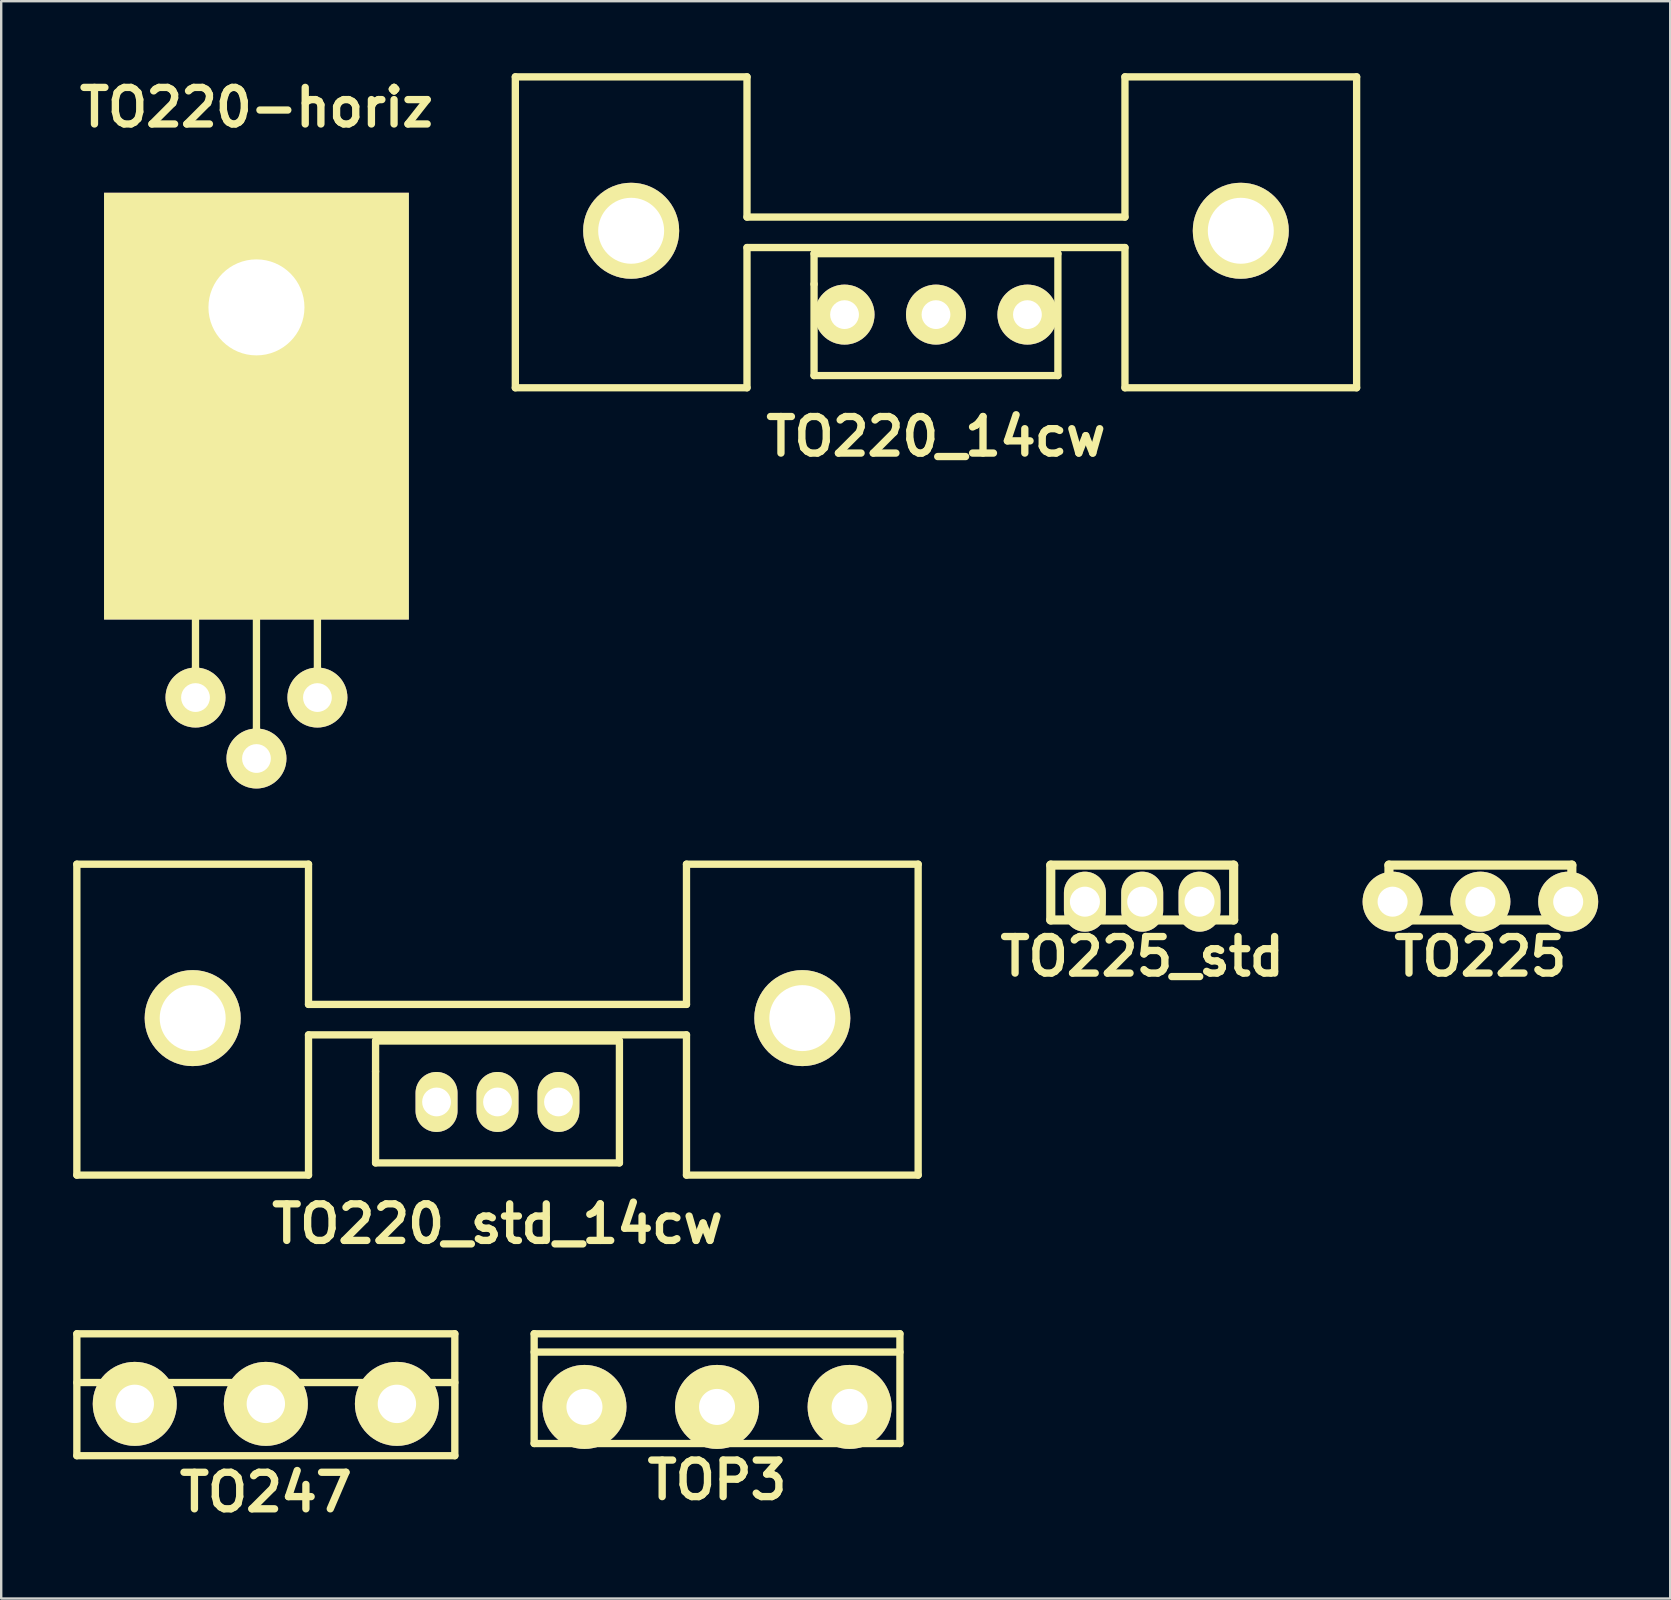
<source format=kicad_pcb>
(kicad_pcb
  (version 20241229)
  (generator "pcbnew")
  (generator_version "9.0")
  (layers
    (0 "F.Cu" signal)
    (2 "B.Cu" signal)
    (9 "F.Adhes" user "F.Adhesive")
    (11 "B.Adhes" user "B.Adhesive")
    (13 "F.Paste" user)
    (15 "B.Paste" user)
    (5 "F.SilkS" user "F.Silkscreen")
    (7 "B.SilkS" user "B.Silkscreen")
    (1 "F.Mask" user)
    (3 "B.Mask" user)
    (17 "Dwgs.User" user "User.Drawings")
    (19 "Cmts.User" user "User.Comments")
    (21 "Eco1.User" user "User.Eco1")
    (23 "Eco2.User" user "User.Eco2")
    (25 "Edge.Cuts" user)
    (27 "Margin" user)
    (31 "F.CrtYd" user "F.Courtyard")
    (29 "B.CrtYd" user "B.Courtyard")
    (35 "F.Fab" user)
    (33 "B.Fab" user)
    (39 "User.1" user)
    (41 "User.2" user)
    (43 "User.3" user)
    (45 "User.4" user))
  (footprint "TO220_14cw"
    (layer "F.Cu")
    (at 35.947 10.058)
    (property "Reference" "TO220_14cw" (at 0 5.08 0) (layer "F.SilkS") (effects (font (size 1.524 1.524) (thickness 0.305))))
    (attr through_hole)
    (fp_line (start -17.526 -9.906) (end -17.526 3.048) (stroke (width 0.305) (type solid)) (layer "F.SilkS"))
    (fp_line (start -17.526 3.048) (end -7.874 3.048) (stroke (width 0.305) (type solid)) (layer "F.SilkS"))
    (fp_line (start -7.874 -9.906) (end -17.526 -9.906) (stroke (width 0.305) (type solid)) (layer "F.SilkS"))
    (fp_line (start -7.874 -9.906) (end -7.874 -4.064) (stroke (width 0.305) (type solid)) (layer "F.SilkS"))
    (fp_line (start -7.874 -2.794) (end -7.874 3.048) (stroke (width 0.305) (type solid)) (layer "F.SilkS"))
    (fp_line (start -7.874 -2.794) (end 7.874 -2.794) (stroke (width 0.305) (type solid)) (layer "F.SilkS"))
    (fp_line (start -5.08 -2.54) (end -5.08 -1.27) (stroke (width 0.305) (type solid)) (layer "F.SilkS"))
    (fp_line (start -5.08 -1.27) (end -5.08 2.54) (stroke (width 0.305) (type solid)) (layer "F.SilkS"))
    (fp_line (start -5.08 2.54) (end 5.08 2.54) (stroke (width 0.305) (type solid)) (layer "F.SilkS"))
    (fp_line (start 5.08 -2.54) (end -5.08 -2.54) (stroke (width 0.305) (type solid)) (layer "F.SilkS"))
    (fp_line (start 5.08 2.54) (end 5.08 -2.54) (stroke (width 0.305) (type solid)) (layer "F.SilkS"))
    (fp_line (start 7.874 -9.906) (end 7.874 -4.064) (stroke (width 0.305) (type solid)) (layer "F.SilkS"))
    (fp_line (start 7.874 -4.064) (end -7.874 -4.064) (stroke (width 0.305) (type solid)) (layer "F.SilkS"))
    (fp_line (start 7.874 3.048) (end 7.874 -2.794) (stroke (width 0.305) (type solid)) (layer "F.SilkS"))
    (fp_line (start 7.874 3.048) (end 17.526 3.048) (stroke (width 0.305) (type solid)) (layer "F.SilkS"))
    (fp_line (start 17.526 -9.906) (end 7.874 -9.906) (stroke (width 0.305) (type solid)) (layer "F.SilkS"))
    (fp_line (start 17.526 -9.906) (end 17.526 3.048) (stroke (width 0.305) (type solid)) (layer "F.SilkS"))
    (pad "" thru_hole circle (at -12.7 -3.493) (size 4 4) (drill 2.748) (layers "*.Cu" "*.Mask" "F.SilkS"))
    (pad "" thru_hole circle (at 12.7 -3.493) (size 4 4) (drill 2.748) (layers "*.Cu" "*.Mask" "F.SilkS"))
    (pad "1" thru_hole circle (at -3.81 0) (size 2.499 2.499) (drill 1.199) (layers "*.Cu" "*.Mask" "F.SilkS"))
    (pad "2" thru_hole circle (at 0 0) (size 2.499 2.499) (drill 1.199) (layers "*.Cu" "*.Mask" "F.SilkS"))
    (pad "3" thru_hole circle (at 3.81 0) (size 2.499 2.499) (drill 1.199) (layers "*.Cu" "*.Mask" "F.SilkS")))
  (footprint "TO225"
    (layer "F.Cu")
    (at 58.63 34.518)
    (property "Reference" "TO225" (at 0 2.286 0) (layer "F.SilkS") (effects (font (size 1.524 1.524) (thickness 0.305))))
    (attr through_hole)
    (fp_line (start -3.81 -1.524) (end 3.81 -1.524) (stroke (width 0.381) (type solid)) (layer "F.SilkS"))
    (fp_line (start -3.81 0.762) (end -3.81 -1.524) (stroke (width 0.381) (type solid)) (layer "F.SilkS"))
    (fp_line (start 3.81 -1.524) (end 3.81 0.762) (stroke (width 0.381) (type solid)) (layer "F.SilkS"))
    (fp_line (start 3.81 0.762) (end -3.81 0.762) (stroke (width 0.381) (type solid)) (layer "F.SilkS"))
    (pad "1" thru_hole circle (at -3.658 0) (size 2.499 2.499) (drill 1.25) (layers "*.Cu" "*.Mask" "F.SilkS"))
    (pad "2" thru_hole circle (at 0 0) (size 2.499 2.499) (drill 1.25) (layers "*.Cu" "*.Mask" "F.SilkS"))
    (pad "3" thru_hole circle (at 3.658 0) (size 2.499 2.499) (drill 1.25) (layers "*.Cu" "*.Mask" "F.SilkS")))
  (footprint "TO220-horiz"
    (layer "F.Cu")
    (at 7.635 17.682)
    (property "Reference" "TO220-horiz" (at 0 -16.256 0) (layer "F.SilkS") (effects (font (size 1.524 1.524) (thickness 0.305))))
    (attr through_hole)
    (fp_line (start -5.08 -11.176) (end -5.08 4.191) (stroke (width 0.305) (type solid)) (layer "F.SilkS"))
    (fp_line (start -5.08 4.191) (end 5.08 4.191) (stroke (width 0.305) (type solid)) (layer "F.SilkS"))
    (fp_line (start -2.54 8.382) (end -2.54 4.191) (stroke (width 0.305) (type solid)) (layer "F.SilkS"))
    (fp_line (start 0 4.191) (end 0 10.922) (stroke (width 0.305) (type solid)) (layer "F.SilkS"))
    (fp_line (start 2.54 8.382) (end 2.54 4.191) (stroke (width 0.305) (type solid)) (layer "F.SilkS"))
    (fp_line (start 5.08 -11.176) (end -5.08 -11.176) (stroke (width 0.305) (type solid)) (layer "F.SilkS"))
    (fp_line (start 5.08 -4.699) (end -5.08 -4.699) (stroke (width 0.254) (type solid)) (layer "F.SilkS"))
    (fp_line (start 5.08 4.191) (end 5.08 -11.176) (stroke (width 0.305) (type solid)) (layer "F.SilkS"))
    (pad "1" thru_hole circle (at -2.54 8.331) (size 2.499 2.499) (drill 1.199) (layers "*.Cu" "*.Mask" "F.SilkS"))
    (pad "2" thru_hole circle (at 0 10.871) (size 2.499 2.499) (drill 1.199) (layers "*.Cu" "*.Mask" "F.SilkS"))
    (pad "3" thru_hole circle (at 2.54 8.331) (size 2.499 2.499) (drill 1.199) (layers "*.Cu" "*.Mask" "F.SilkS"))
    (pad "4" thru_hole rect (at 0 -7.925) (size 12.7 17.78) (drill 4 (offset 0 4.115)) (layers "F.Cu" "F.Mask" "F.SilkS")))
  (footprint "TO247"
    (layer "F.Cu")
    (at 8.026 55.442)
    (property "Reference" "TO247" (at 0 3.683 0) (layer "F.SilkS") (effects (font (size 1.524 1.524) (thickness 0.305))))
    (attr through_hole)
    (fp_line (start -7.874 -2.921) (end -7.874 2.159) (stroke (width 0.305) (type solid)) (layer "F.SilkS"))
    (fp_line (start -7.874 2.159) (end 7.874 2.159) (stroke (width 0.305) (type solid)) (layer "F.SilkS"))
    (fp_line (start 7.874 -2.921) (end -7.874 -2.921) (stroke (width 0.305) (type solid)) (layer "F.SilkS"))
    (fp_line (start 7.874 -0.889) (end -7.874 -0.889) (stroke (width 0.305) (type solid)) (layer "F.SilkS"))
    (fp_line (start 7.874 2.159) (end 7.874 -2.921) (stroke (width 0.305) (type solid)) (layer "F.SilkS"))
    (pad "1" thru_hole circle (at -5.461 0) (size 3.5 3.5) (drill 1.6) (layers "*.Cu" "*.Mask" "F.SilkS"))
    (pad "2" thru_hole circle (at 0 0) (size 3.5 3.5) (drill 1.6) (layers "*.Cu" "*.Mask" "F.SilkS"))
    (pad "3" thru_hole circle (at 5.461 0) (size 3.5 3.5) (drill 1.6) (layers "*.Cu" "*.Mask" "F.SilkS")))
  (footprint "TO225_std"
    (layer "F.Cu")
    (at 44.54 34.518)
    (property "Reference" "TO225_std" (at 0 2.286 0) (layer "F.SilkS") (effects (font (size 1.524 1.524) (thickness 0.305))))
    (attr through_hole)
    (fp_line (start -3.81 -1.524) (end 3.81 -1.524) (stroke (width 0.381) (type solid)) (layer "F.SilkS"))
    (fp_line (start -3.81 0.762) (end -3.81 -1.524) (stroke (width 0.381) (type solid)) (layer "F.SilkS"))
    (fp_line (start 3.81 -1.524) (end 3.81 0.762) (stroke (width 0.381) (type solid)) (layer "F.SilkS"))
    (fp_line (start 3.81 0.762) (end -3.81 0.762) (stroke (width 0.381) (type solid)) (layer "F.SilkS"))
    (pad "1" thru_hole oval (at -2.388 0) (size 1.748 2.499) (drill 1.25) (layers "*.Cu" "*.Mask" "F.SilkS"))
    (pad "2" thru_hole oval (at 0 0) (size 1.748 2.499) (drill 1.25) (layers "*.Cu" "*.Mask" "F.SilkS"))
    (pad "3" thru_hole oval (at 2.388 0) (size 1.748 2.499) (drill 1.25) (layers "*.Cu" "*.Mask" "F.SilkS")))
  (footprint "TOP3"
    (layer "F.Cu")
    (at 26.825 55.569)
    (property "Reference" "TOP3" (at 0 3.048 0) (layer "F.SilkS") (effects (font (size 1.524 1.524) (thickness 0.305))))
    (attr through_hole)
    (fp_line (start -7.62 -3.048) (end -7.62 1.524) (stroke (width 0.305) (type solid)) (layer "F.SilkS"))
    (fp_line (start -7.62 -2.286) (end 7.62 -2.286) (stroke (width 0.305) (type solid)) (layer "F.SilkS"))
    (fp_line (start -7.62 1.524) (end 7.62 1.524) (stroke (width 0.305) (type solid)) (layer "F.SilkS"))
    (fp_line (start 7.62 -3.048) (end -7.62 -3.048) (stroke (width 0.305) (type solid)) (layer "F.SilkS"))
    (fp_line (start 7.62 1.524) (end 7.62 -3.048) (stroke (width 0.305) (type solid)) (layer "F.SilkS"))
    (pad "1" thru_hole circle (at -5.524 0) (size 3.5 3.5) (drill 1.501) (layers "*.Cu" "*.Mask" "F.SilkS"))
    (pad "2" thru_hole circle (at 0 0) (size 3.5 3.5) (drill 1.501) (layers "*.Cu" "*.Mask" "F.SilkS"))
    (pad "3" thru_hole circle (at 5.524 0) (size 3.5 3.5) (drill 1.501) (layers "*.Cu" "*.Mask" "F.SilkS")))
  (footprint "TO220_std_14cw"
    (layer "F.Cu")
    (at 17.678 42.862)
    (property "Reference" "TO220_std_14cw" (at 0 5.08 0) (layer "F.SilkS") (effects (font (size 1.524 1.524) (thickness 0.305))))
    (attr through_hole)
    (fp_line (start -17.526 -9.906) (end -17.526 3.048) (stroke (width 0.305) (type solid)) (layer "F.SilkS"))
    (fp_line (start -17.526 3.048) (end -7.874 3.048) (stroke (width 0.305) (type solid)) (layer "F.SilkS"))
    (fp_line (start -7.874 -9.906) (end -17.526 -9.906) (stroke (width 0.305) (type solid)) (layer "F.SilkS"))
    (fp_line (start -7.874 -9.906) (end -7.874 -4.064) (stroke (width 0.305) (type solid)) (layer "F.SilkS"))
    (fp_line (start -7.874 -2.794) (end -7.874 3.048) (stroke (width 0.305) (type solid)) (layer "F.SilkS"))
    (fp_line (start -7.874 -2.794) (end 7.874 -2.794) (stroke (width 0.305) (type solid)) (layer "F.SilkS"))
    (fp_line (start -5.08 -2.54) (end -5.08 -1.27) (stroke (width 0.305) (type solid)) (layer "F.SilkS"))
    (fp_line (start -5.08 -1.27) (end -5.08 2.54) (stroke (width 0.305) (type solid)) (layer "F.SilkS"))
    (fp_line (start -5.08 2.54) (end 5.08 2.54) (stroke (width 0.305) (type solid)) (layer "F.SilkS"))
    (fp_line (start 5.08 -2.54) (end -5.08 -2.54) (stroke (width 0.305) (type solid)) (layer "F.SilkS"))
    (fp_line (start 5.08 2.54) (end 5.08 -2.54) (stroke (width 0.305) (type solid)) (layer "F.SilkS"))
    (fp_line (start 7.874 -9.906) (end 7.874 -4.064) (stroke (width 0.305) (type solid)) (layer "F.SilkS"))
    (fp_line (start 7.874 -4.064) (end -7.874 -4.064) (stroke (width 0.305) (type solid)) (layer "F.SilkS"))
    (fp_line (start 7.874 3.048) (end 7.874 -2.794) (stroke (width 0.305) (type solid)) (layer "F.SilkS"))
    (fp_line (start 7.874 3.048) (end 17.526 3.048) (stroke (width 0.305) (type solid)) (layer "F.SilkS"))
    (fp_line (start 17.526 -9.906) (end 7.874 -9.906) (stroke (width 0.305) (type solid)) (layer "F.SilkS"))
    (fp_line (start 17.526 -9.906) (end 17.526 3.048) (stroke (width 0.305) (type solid)) (layer "F.SilkS"))
    (pad "" thru_hole circle (at -12.7 -3.493) (size 4 4) (drill 2.748) (layers "*.Cu" "*.Mask" "F.SilkS"))
    (pad "" thru_hole circle (at 12.7 -3.493) (size 4 4) (drill 2.748) (layers "*.Cu" "*.Mask" "F.SilkS"))
    (pad "1" thru_hole oval (at -2.54 0) (size 1.748 2.499) (drill 1.199) (layers "*.Cu" "*.Mask" "F.SilkS"))
    (pad "2" thru_hole oval (at 0 0) (size 1.748 2.499) (drill 1.199) (layers "*.Cu" "*.Mask" "F.SilkS"))
    (pad "3" thru_hole oval (at 2.54 0) (size 1.745 2.499) (drill 1.199) (layers "*.Cu" "*.Mask" "F.SilkS")))
  (gr_rect
    (start -3 -3)
    (end 66.538 63.551)
    (stroke (width 0.1) (type default))
    (fill no)
    (layer "Edge.Cuts")))
</source>
